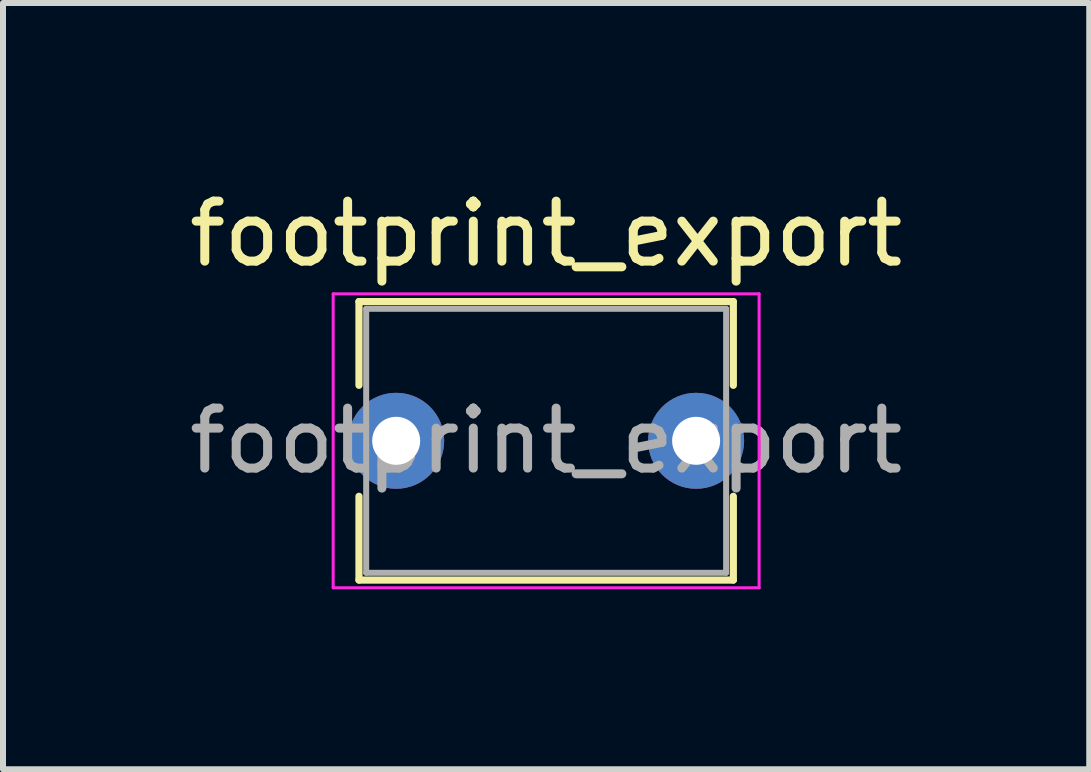
<source format=kicad_pcb>
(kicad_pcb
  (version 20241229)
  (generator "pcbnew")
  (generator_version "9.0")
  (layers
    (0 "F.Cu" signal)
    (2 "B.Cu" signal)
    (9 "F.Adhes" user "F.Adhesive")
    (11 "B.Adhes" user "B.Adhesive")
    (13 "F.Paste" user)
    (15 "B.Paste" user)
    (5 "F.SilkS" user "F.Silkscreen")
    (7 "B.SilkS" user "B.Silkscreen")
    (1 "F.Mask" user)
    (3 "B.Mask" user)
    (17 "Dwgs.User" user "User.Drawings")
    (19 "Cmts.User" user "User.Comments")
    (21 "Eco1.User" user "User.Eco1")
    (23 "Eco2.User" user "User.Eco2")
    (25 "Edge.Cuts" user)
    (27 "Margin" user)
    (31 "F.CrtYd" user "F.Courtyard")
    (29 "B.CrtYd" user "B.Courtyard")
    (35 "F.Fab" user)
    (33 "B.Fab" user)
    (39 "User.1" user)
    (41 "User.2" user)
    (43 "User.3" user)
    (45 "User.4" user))
  (footprint "footprint_export"
    (layer "F.Cu")
    (at 3.554 4.298)
    (property "Reference" "footprint_export" (at 2.5 -3.45 0) (layer "F.SilkS") (effects (font (size 1 1) (thickness 0.15))))
    (attr through_hole)
    (fp_line (start -0.62 -2.321) (end -0.62 -0.925) (stroke (width 0.12) (type solid)) (layer "F.SilkS"))
    (fp_line (start -0.62 -2.321) (end 5.62 -2.321) (stroke (width 0.12) (type solid)) (layer "F.SilkS"))
    (fp_line (start -0.62 0.925) (end -0.62 2.321) (stroke (width 0.12) (type solid)) (layer "F.SilkS"))
    (fp_line (start -0.62 2.321) (end 5.62 2.321) (stroke (width 0.12) (type solid)) (layer "F.SilkS"))
    (fp_line (start 5.62 -2.321) (end 5.62 -0.925) (stroke (width 0.12) (type solid)) (layer "F.SilkS"))
    (fp_line (start 5.62 0.925) (end 5.62 2.321) (stroke (width 0.12) (type solid)) (layer "F.SilkS"))
    (fp_line (start -1.05 -2.45) (end -1.05 2.45) (stroke (width 0.05) (type solid)) (layer "F.CrtYd"))
    (fp_line (start -1.05 2.45) (end 6.05 2.45) (stroke (width 0.05) (type solid)) (layer "F.CrtYd"))
    (fp_line (start 6.05 -2.45) (end -1.05 -2.45) (stroke (width 0.05) (type solid)) (layer "F.CrtYd"))
    (fp_line (start 6.05 2.45) (end 6.05 -2.45) (stroke (width 0.05) (type solid)) (layer "F.CrtYd"))
    (fp_line (start -0.5 -2.2) (end -0.5 2.2) (stroke (width 0.1) (type solid)) (layer "F.Fab"))
    (fp_line (start -0.5 2.2) (end 5.5 2.2) (stroke (width 0.1) (type solid)) (layer "F.Fab"))
    (fp_line (start 5.5 -2.2) (end -0.5 -2.2) (stroke (width 0.1) (type solid)) (layer "F.Fab"))
    (fp_line (start 5.5 2.2) (end 5.5 -2.2) (stroke (width 0.1) (type solid)) (layer "F.Fab"))
    (fp_text user "${REFERENCE}" (at 2.5 0 0) (layer "F.Fab") (effects (font (size 1 1) (thickness 0.15))))
    (pad "1" thru_hole circle (at 0 0) (size 1.6 1.6) (drill 0.8) (layers "*.Cu" "*.Mask"))
    (pad "2" thru_hole circle (at 5 0) (size 1.6 1.6) (drill 0.8) (layers "*.Cu" "*.Mask")))
  (gr_rect
    (start -3 -3)
    (end 15.107 9.773)
    (stroke (width 0.1) (type default))
    (fill no)
    (layer "Edge.Cuts")))
</source>
